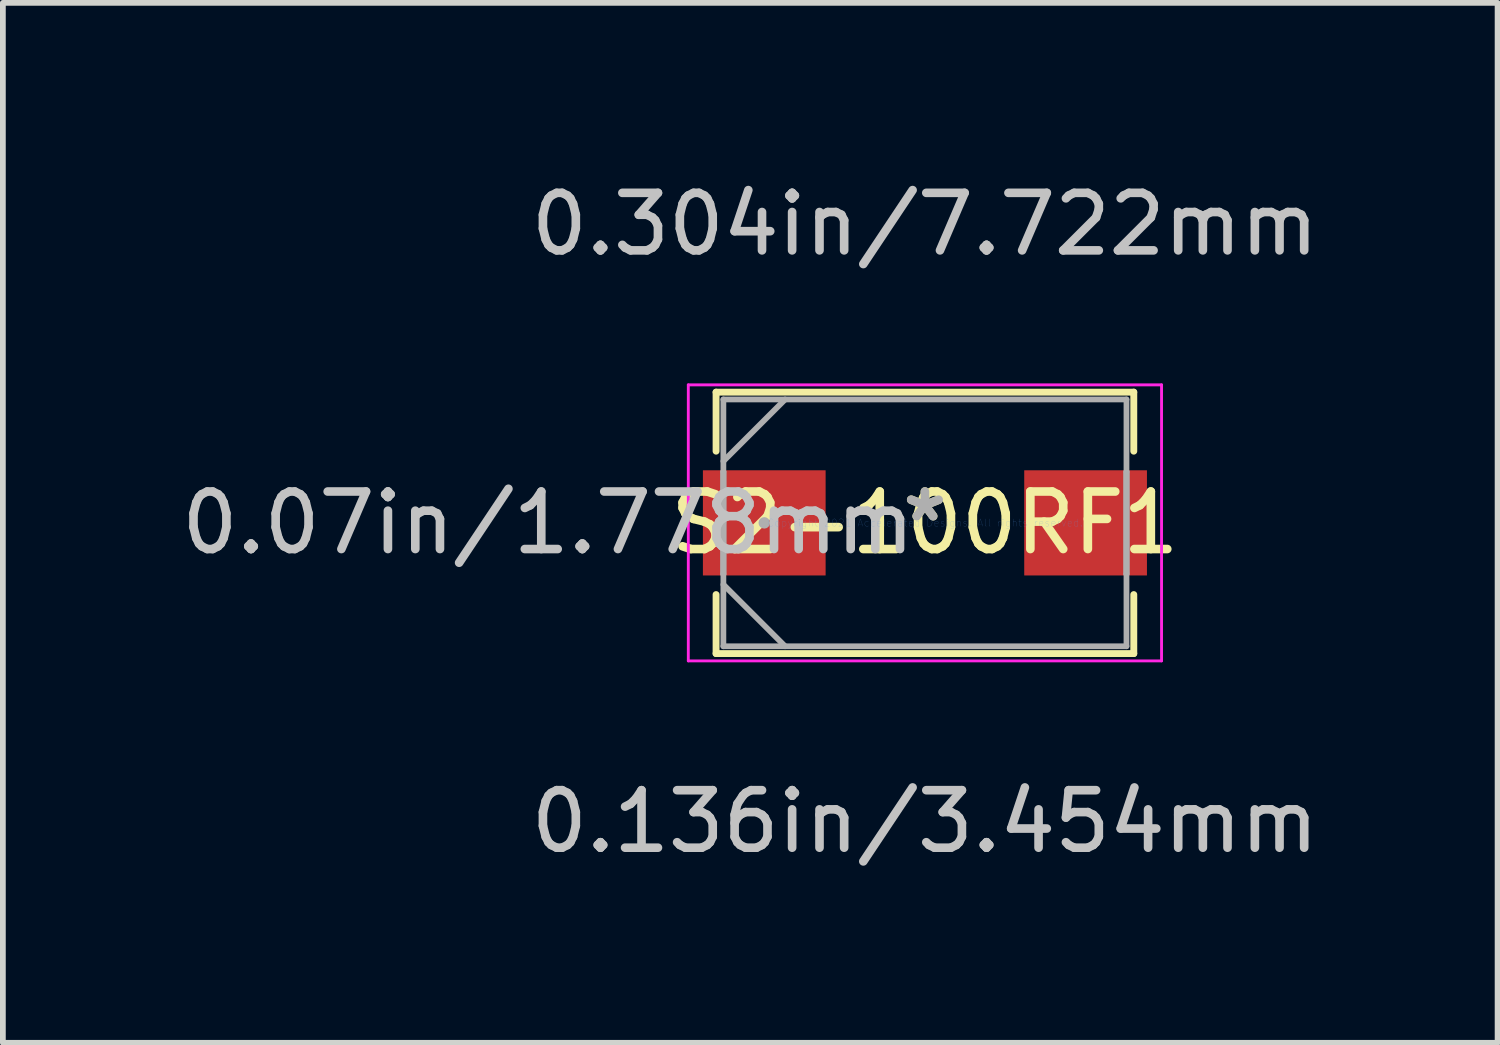
<source format=kicad_pcb>
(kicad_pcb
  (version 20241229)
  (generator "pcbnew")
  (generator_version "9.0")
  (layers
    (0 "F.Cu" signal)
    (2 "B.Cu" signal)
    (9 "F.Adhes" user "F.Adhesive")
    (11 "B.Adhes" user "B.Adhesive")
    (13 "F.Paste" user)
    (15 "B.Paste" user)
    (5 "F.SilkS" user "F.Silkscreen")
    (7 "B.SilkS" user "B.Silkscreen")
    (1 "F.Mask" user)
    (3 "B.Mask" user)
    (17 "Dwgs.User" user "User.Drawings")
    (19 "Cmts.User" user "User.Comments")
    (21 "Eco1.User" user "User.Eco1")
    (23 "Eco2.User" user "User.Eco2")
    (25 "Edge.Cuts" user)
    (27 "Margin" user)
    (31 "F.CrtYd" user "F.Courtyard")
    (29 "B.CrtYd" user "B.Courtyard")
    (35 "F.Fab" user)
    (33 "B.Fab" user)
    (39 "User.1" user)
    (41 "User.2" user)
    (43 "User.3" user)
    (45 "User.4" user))
  (footprint "S2-100RF1"
    (layer "F.Cu")
    (at 13.035 6.043)
    (property "Reference" "S2-100RF1" (at 0 0 0) (layer "F.SilkS") (effects (font (size 1 1) (thickness 0.15))))
    (attr through_hole)
    (fp_line (start -3.632 -2.273) (end -3.632 -1.247) (stroke (width 0.12) (type solid)) (layer "F.SilkS"))
    (fp_line (start -3.632 1.247) (end -3.632 2.273) (stroke (width 0.12) (type solid)) (layer "F.SilkS"))
    (fp_line (start -3.632 2.273) (end 3.632 2.273) (stroke (width 0.12) (type solid)) (layer "F.SilkS"))
    (fp_line (start 3.632 -2.273) (end -3.632 -2.273) (stroke (width 0.12) (type solid)) (layer "F.SilkS"))
    (fp_line (start 3.632 -1.247) (end 3.632 -2.273) (stroke (width 0.12) (type solid)) (layer "F.SilkS"))
    (fp_line (start 3.632 2.273) (end 3.632 1.247) (stroke (width 0.12) (type solid)) (layer "F.SilkS"))
    (fp_line (start -4.115 -2.4) (end 4.115 -2.4) (stroke (width 0.05) (type solid)) (layer "F.CrtYd"))
    (fp_line (start -4.115 2.4) (end -4.115 -2.4) (stroke (width 0.05) (type solid)) (layer "F.CrtYd"))
    (fp_line (start 4.115 -2.4) (end 4.115 2.4) (stroke (width 0.05) (type solid)) (layer "F.CrtYd"))
    (fp_line (start 4.115 2.4) (end -4.115 2.4) (stroke (width 0.05) (type solid)) (layer "F.CrtYd"))
    (fp_line (start -3.505 -2.146) (end -3.505 2.146) (stroke (width 0.1) (type solid)) (layer "F.Fab"))
    (fp_line (start -3.505 -1.073) (end -2.432 -2.146) (stroke (width 0.1) (type solid)) (layer "F.Fab"))
    (fp_line (start -3.505 -0.889) (end -3.505 -0.889) (stroke (width 0.1) (type solid)) (layer "F.Fab"))
    (fp_line (start -3.505 -0.889) (end -3.505 0.889) (stroke (width 0.1) (type solid)) (layer "F.Fab"))
    (fp_line (start -3.505 0.889) (end -3.505 -0.889) (stroke (width 0.1) (type solid)) (layer "F.Fab"))
    (fp_line (start -3.505 0.889) (end -3.505 0.889) (stroke (width 0.1) (type solid)) (layer "F.Fab"))
    (fp_line (start -3.505 1.073) (end -2.432 2.146) (stroke (width 0.1) (type solid)) (layer "F.Fab"))
    (fp_line (start -3.505 2.146) (end 3.505 2.146) (stroke (width 0.1) (type solid)) (layer "F.Fab"))
    (fp_line (start 3.505 -2.146) (end -3.505 -2.146) (stroke (width 0.1) (type solid)) (layer "F.Fab"))
    (fp_line (start 3.505 -0.889) (end 3.505 -0.889) (stroke (width 0.1) (type solid)) (layer "F.Fab"))
    (fp_line (start 3.505 -0.889) (end 3.505 0.889) (stroke (width 0.1) (type solid)) (layer "F.Fab"))
    (fp_line (start 3.505 0.889) (end 3.505 -0.889) (stroke (width 0.1) (type solid)) (layer "F.Fab"))
    (fp_line (start 3.505 0.889) (end 3.505 0.889) (stroke (width 0.1) (type solid)) (layer "F.Fab"))
    (fp_line (start 3.505 2.146) (end 3.505 -2.146) (stroke (width 0.1) (type solid)) (layer "F.Fab"))
    (fp_circle (center -3.556 0) (end -3.556 0) (stroke (width 0.1) (type solid)) (fill no) (layer "F.Fab"))
    (fp_circle (center -2.794 0) (end -2.794 0) (stroke (width 0.1) (type solid)) (fill no) (layer "F.Fab"))
    (fp_text user "*" (at 0 0 0) (layer "F.SilkS") (effects (font (size 1 1) (thickness 0.15))))
    (fp_text user "0.136in/3.454mm" (at 0 5.194 0) (layer "Dwgs.User") (effects (font (size 1 1) (thickness 0.15))))
    (fp_text user "0.07in/1.778mm" (at -6.553 0 0) (layer "Dwgs.User") (effects (font (size 1 1) (thickness 0.15))))
    (fp_text user "0.304in/7.722mm" (at 0 -5.194 0) (layer "Dwgs.User") (effects (font (size 1 1) (thickness 0.15))))
    (fp_text user "Copyright 2021 Accelerated Designs. All rights reserved." (at 0 0 0) (layer "Cmts.User") (effects (font (size 0.127 0.127) (thickness 0.002))))
    (fp_text user "*" (at 0 0 0) (layer "F.Fab") (effects (font (size 1 1) (thickness 0.15))))
    (pad "1" smd rect (at -2.794 0) (size 2.134 1.829) (layers "F.Cu" "F.Mask" "F.Paste"))
    (pad "2" smd rect (at 2.794 0) (size 2.134 1.829) (layers "F.Cu" "F.Mask" "F.Paste")))
  (gr_rect
    (start -3 -3)
    (end 22.994 15.085)
    (stroke (width 0.1) (type default))
    (fill no)
    (layer "Edge.Cuts")))
</source>
